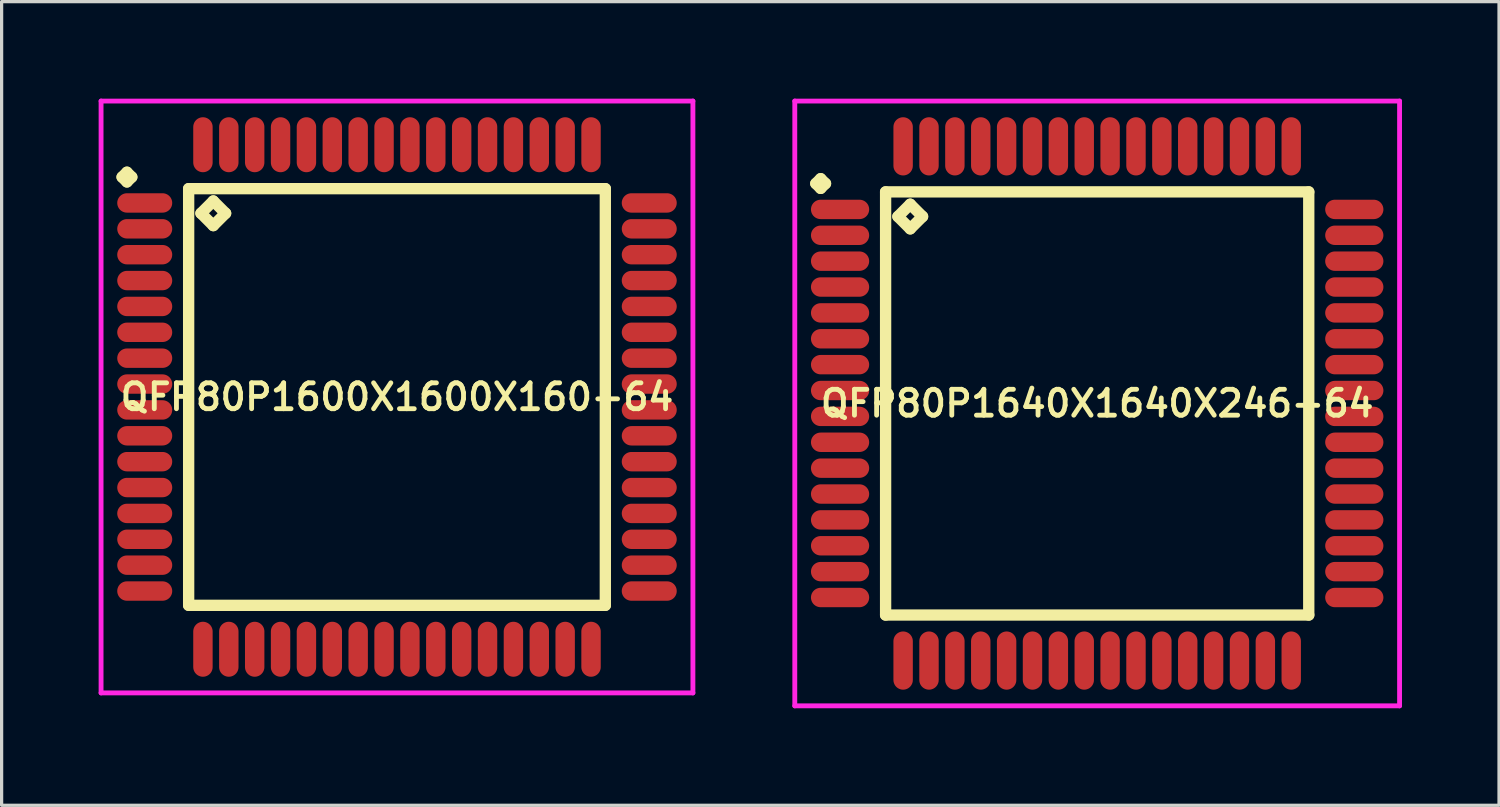
<source format=kicad_pcb>
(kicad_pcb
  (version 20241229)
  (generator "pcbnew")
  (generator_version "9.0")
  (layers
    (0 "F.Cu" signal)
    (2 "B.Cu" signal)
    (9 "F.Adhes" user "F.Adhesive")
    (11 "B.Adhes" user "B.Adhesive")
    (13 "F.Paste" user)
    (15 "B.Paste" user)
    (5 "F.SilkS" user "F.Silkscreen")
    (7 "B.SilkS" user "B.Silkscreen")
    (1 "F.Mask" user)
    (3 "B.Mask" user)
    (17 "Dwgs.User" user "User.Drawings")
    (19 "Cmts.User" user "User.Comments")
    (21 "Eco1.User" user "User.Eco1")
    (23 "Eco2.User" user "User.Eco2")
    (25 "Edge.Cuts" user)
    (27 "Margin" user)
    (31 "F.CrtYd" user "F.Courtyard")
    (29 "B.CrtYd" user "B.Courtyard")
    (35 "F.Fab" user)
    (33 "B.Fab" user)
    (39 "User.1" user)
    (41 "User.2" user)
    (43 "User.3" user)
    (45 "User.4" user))
  (footprint "QFP80P1600X1600X160-64"
    (layer "F.Cu")
    (at 9.225 9.225)
    (property "Reference" "QFP80P1600X1600X160-64" (at 0 0 0) (layer "F.SilkS") (effects (font (size 0.8 0.8) (thickness 0.15))))
    (attr smd)
    (fp_line (start -8.5 -6.8) (end -8.35 -6.95) (stroke (width 0.35) (type solid)) (layer "F.SilkS"))
    (fp_line (start -8.35 -6.95) (end -8.2 -6.8) (stroke (width 0.35) (type solid)) (layer "F.SilkS"))
    (fp_line (start -8.35 -6.65) (end -8.5 -6.8) (stroke (width 0.35) (type solid)) (layer "F.SilkS"))
    (fp_line (start -8.2 -6.8) (end -8.35 -6.65) (stroke (width 0.35) (type solid)) (layer "F.SilkS"))
    (fp_line (start -6.442 -6.442) (end -6.442 6.442) (stroke (width 0.35) (type solid)) (layer "F.SilkS"))
    (fp_line (start -6.442 6.442) (end 6.442 6.442) (stroke (width 0.35) (type solid)) (layer "F.SilkS"))
    (fp_line (start -6.061 -5.68) (end -5.68 -6.061) (stroke (width 0.35) (type solid)) (layer "F.SilkS"))
    (fp_line (start -5.68 -6.061) (end -5.299 -5.68) (stroke (width 0.35) (type solid)) (layer "F.SilkS"))
    (fp_line (start -5.68 -5.299) (end -6.061 -5.68) (stroke (width 0.35) (type solid)) (layer "F.SilkS"))
    (fp_line (start -5.299 -5.68) (end -5.68 -5.299) (stroke (width 0.35) (type solid)) (layer "F.SilkS"))
    (fp_line (start 6.442 -6.442) (end -6.442 -6.442) (stroke (width 0.35) (type solid)) (layer "F.SilkS"))
    (fp_line (start 6.442 6.442) (end 6.442 -6.442) (stroke (width 0.35) (type solid)) (layer "F.SilkS"))
    (fp_line (start -9.15 -9.15) (end 9.15 -9.15) (stroke (width 0.15) (type solid)) (layer "F.CrtYd"))
    (fp_line (start -9.15 9.15) (end -9.15 -9.15) (stroke (width 0.15) (type solid)) (layer "F.CrtYd"))
    (fp_line (start 9.15 -9.15) (end 9.15 9.15) (stroke (width 0.15) (type solid)) (layer "F.CrtYd"))
    (fp_line (start 9.15 9.15) (end -9.15 9.15) (stroke (width 0.15) (type solid)) (layer "F.CrtYd"))
    (pad "1" smd oval (at -7.8 -6) (size 1.7 0.6) (layers "F.Cu" "F.Mask" "F.Paste"))
    (pad "2" smd oval (at -7.8 -5.2) (size 1.7 0.6) (layers "F.Cu" "F.Mask" "F.Paste"))
    (pad "3" smd oval (at -7.8 -4.4) (size 1.7 0.6) (layers "F.Cu" "F.Mask" "F.Paste"))
    (pad "4" smd oval (at -7.8 -3.6) (size 1.7 0.6) (layers "F.Cu" "F.Mask" "F.Paste"))
    (pad "5" smd oval (at -7.8 -2.8) (size 1.7 0.6) (layers "F.Cu" "F.Mask" "F.Paste"))
    (pad "6" smd oval (at -7.8 -2) (size 1.7 0.6) (layers "F.Cu" "F.Mask" "F.Paste"))
    (pad "7" smd oval (at -7.8 -1.2) (size 1.7 0.6) (layers "F.Cu" "F.Mask" "F.Paste"))
    (pad "8" smd oval (at -7.8 -0.4) (size 1.7 0.6) (layers "F.Cu" "F.Mask" "F.Paste"))
    (pad "9" smd oval (at -7.8 0.4) (size 1.7 0.6) (layers "F.Cu" "F.Mask" "F.Paste"))
    (pad "10" smd oval (at -7.8 1.2) (size 1.7 0.6) (layers "F.Cu" "F.Mask" "F.Paste"))
    (pad "11" smd oval (at -7.8 2) (size 1.7 0.6) (layers "F.Cu" "F.Mask" "F.Paste"))
    (pad "12" smd oval (at -7.8 2.8) (size 1.7 0.6) (layers "F.Cu" "F.Mask" "F.Paste"))
    (pad "13" smd oval (at -7.8 3.6) (size 1.7 0.6) (layers "F.Cu" "F.Mask" "F.Paste"))
    (pad "14" smd oval (at -7.8 4.4) (size 1.7 0.6) (layers "F.Cu" "F.Mask" "F.Paste"))
    (pad "15" smd oval (at -7.8 5.2) (size 1.7 0.6) (layers "F.Cu" "F.Mask" "F.Paste"))
    (pad "16" smd oval (at -7.8 6) (size 1.7 0.6) (layers "F.Cu" "F.Mask" "F.Paste"))
    (pad "17" smd oval (at -6 7.8) (size 0.6 1.7) (layers "F.Cu" "F.Mask" "F.Paste"))
    (pad "18" smd oval (at -5.2 7.8) (size 0.6 1.7) (layers "F.Cu" "F.Mask" "F.Paste"))
    (pad "19" smd oval (at -4.4 7.8) (size 0.6 1.7) (layers "F.Cu" "F.Mask" "F.Paste"))
    (pad "20" smd oval (at -3.6 7.8) (size 0.6 1.7) (layers "F.Cu" "F.Mask" "F.Paste"))
    (pad "21" smd oval (at -2.8 7.8) (size 0.6 1.7) (layers "F.Cu" "F.Mask" "F.Paste"))
    (pad "22" smd oval (at -2 7.8) (size 0.6 1.7) (layers "F.Cu" "F.Mask" "F.Paste"))
    (pad "23" smd oval (at -1.2 7.8) (size 0.6 1.7) (layers "F.Cu" "F.Mask" "F.Paste"))
    (pad "24" smd oval (at -0.4 7.8) (size 0.6 1.7) (layers "F.Cu" "F.Mask" "F.Paste"))
    (pad "25" smd oval (at 0.4 7.8) (size 0.6 1.7) (layers "F.Cu" "F.Mask" "F.Paste"))
    (pad "26" smd oval (at 1.2 7.8) (size 0.6 1.7) (layers "F.Cu" "F.Mask" "F.Paste"))
    (pad "27" smd oval (at 2 7.8) (size 0.6 1.7) (layers "F.Cu" "F.Mask" "F.Paste"))
    (pad "28" smd oval (at 2.8 7.8) (size 0.6 1.7) (layers "F.Cu" "F.Mask" "F.Paste"))
    (pad "29" smd oval (at 3.6 7.8) (size 0.6 1.7) (layers "F.Cu" "F.Mask" "F.Paste"))
    (pad "30" smd oval (at 4.4 7.8) (size 0.6 1.7) (layers "F.Cu" "F.Mask" "F.Paste"))
    (pad "31" smd oval (at 5.2 7.8) (size 0.6 1.7) (layers "F.Cu" "F.Mask" "F.Paste"))
    (pad "32" smd oval (at 6 7.8) (size 0.6 1.7) (layers "F.Cu" "F.Mask" "F.Paste"))
    (pad "33" smd oval (at 7.8 6) (size 1.7 0.6) (layers "F.Cu" "F.Mask" "F.Paste"))
    (pad "34" smd oval (at 7.8 5.2) (size 1.7 0.6) (layers "F.Cu" "F.Mask" "F.Paste"))
    (pad "35" smd oval (at 7.8 4.4) (size 1.7 0.6) (layers "F.Cu" "F.Mask" "F.Paste"))
    (pad "36" smd oval (at 7.8 3.6) (size 1.7 0.6) (layers "F.Cu" "F.Mask" "F.Paste"))
    (pad "37" smd oval (at 7.8 2.8) (size 1.7 0.6) (layers "F.Cu" "F.Mask" "F.Paste"))
    (pad "38" smd oval (at 7.8 2) (size 1.7 0.6) (layers "F.Cu" "F.Mask" "F.Paste"))
    (pad "39" smd oval (at 7.8 1.2) (size 1.7 0.6) (layers "F.Cu" "F.Mask" "F.Paste"))
    (pad "40" smd oval (at 7.8 0.4) (size 1.7 0.6) (layers "F.Cu" "F.Mask" "F.Paste"))
    (pad "41" smd oval (at 7.8 -0.4) (size 1.7 0.6) (layers "F.Cu" "F.Mask" "F.Paste"))
    (pad "42" smd oval (at 7.8 -1.2) (size 1.7 0.6) (layers "F.Cu" "F.Mask" "F.Paste"))
    (pad "43" smd oval (at 7.8 -2) (size 1.7 0.6) (layers "F.Cu" "F.Mask" "F.Paste"))
    (pad "44" smd oval (at 7.8 -2.8) (size 1.7 0.6) (layers "F.Cu" "F.Mask" "F.Paste"))
    (pad "45" smd oval (at 7.8 -3.6) (size 1.7 0.6) (layers "F.Cu" "F.Mask" "F.Paste"))
    (pad "46" smd oval (at 7.8 -4.4) (size 1.7 0.6) (layers "F.Cu" "F.Mask" "F.Paste"))
    (pad "47" smd oval (at 7.8 -5.2) (size 1.7 0.6) (layers "F.Cu" "F.Mask" "F.Paste"))
    (pad "48" smd oval (at 7.8 -6) (size 1.7 0.6) (layers "F.Cu" "F.Mask" "F.Paste"))
    (pad "49" smd oval (at 6 -7.8) (size 0.6 1.7) (layers "F.Cu" "F.Mask" "F.Paste"))
    (pad "50" smd oval (at 5.2 -7.8) (size 0.6 1.7) (layers "F.Cu" "F.Mask" "F.Paste"))
    (pad "51" smd oval (at 4.4 -7.8) (size 0.6 1.7) (layers "F.Cu" "F.Mask" "F.Paste"))
    (pad "52" smd oval (at 3.6 -7.8) (size 0.6 1.7) (layers "F.Cu" "F.Mask" "F.Paste"))
    (pad "53" smd oval (at 2.8 -7.8) (size 0.6 1.7) (layers "F.Cu" "F.Mask" "F.Paste"))
    (pad "54" smd oval (at 2 -7.8) (size 0.6 1.7) (layers "F.Cu" "F.Mask" "F.Paste"))
    (pad "55" smd oval (at 1.2 -7.8) (size 0.6 1.7) (layers "F.Cu" "F.Mask" "F.Paste"))
    (pad "56" smd oval (at 0.4 -7.8) (size 0.6 1.7) (layers "F.Cu" "F.Mask" "F.Paste"))
    (pad "57" smd oval (at -0.4 -7.8) (size 0.6 1.7) (layers "F.Cu" "F.Mask" "F.Paste"))
    (pad "58" smd oval (at -1.2 -7.8) (size 0.6 1.7) (layers "F.Cu" "F.Mask" "F.Paste"))
    (pad "59" smd oval (at -2 -7.8) (size 0.6 1.7) (layers "F.Cu" "F.Mask" "F.Paste"))
    (pad "60" smd oval (at -2.8 -7.8) (size 0.6 1.7) (layers "F.Cu" "F.Mask" "F.Paste"))
    (pad "61" smd oval (at -3.6 -7.8) (size 0.6 1.7) (layers "F.Cu" "F.Mask" "F.Paste"))
    (pad "62" smd oval (at -4.4 -7.8) (size 0.6 1.7) (layers "F.Cu" "F.Mask" "F.Paste"))
    (pad "63" smd oval (at -5.2 -7.8) (size 0.6 1.7) (layers "F.Cu" "F.Mask" "F.Paste"))
    (pad "64" smd oval (at -6 -7.8) (size 0.6 1.7) (layers "F.Cu" "F.Mask" "F.Paste")))
  (footprint "QFP80P1640X1640X246-64"
    (layer "F.Cu")
    (at 30.875 9.425)
    (property "Reference" "QFP80P1640X1640X246-64" (at 0 0 0) (layer "F.SilkS") (effects (font (size 0.8 0.8) (thickness 0.15))))
    (attr smd)
    (fp_line (start -8.7 -6.8) (end -8.55 -6.95) (stroke (width 0.35) (type solid)) (layer "F.SilkS"))
    (fp_line (start -8.55 -6.95) (end -8.4 -6.8) (stroke (width 0.35) (type solid)) (layer "F.SilkS"))
    (fp_line (start -8.55 -6.65) (end -8.7 -6.8) (stroke (width 0.35) (type solid)) (layer "F.SilkS"))
    (fp_line (start -8.4 -6.8) (end -8.55 -6.65) (stroke (width 0.35) (type solid)) (layer "F.SilkS"))
    (fp_line (start -6.542 -6.542) (end -6.542 6.542) (stroke (width 0.35) (type solid)) (layer "F.SilkS"))
    (fp_line (start -6.542 6.542) (end 6.542 6.542) (stroke (width 0.35) (type solid)) (layer "F.SilkS"))
    (fp_line (start -6.161 -5.78) (end -5.78 -6.161) (stroke (width 0.35) (type solid)) (layer "F.SilkS"))
    (fp_line (start -5.78 -6.161) (end -5.399 -5.78) (stroke (width 0.35) (type solid)) (layer "F.SilkS"))
    (fp_line (start -5.78 -5.399) (end -6.161 -5.78) (stroke (width 0.35) (type solid)) (layer "F.SilkS"))
    (fp_line (start -5.399 -5.78) (end -5.78 -5.399) (stroke (width 0.35) (type solid)) (layer "F.SilkS"))
    (fp_line (start 6.542 -6.542) (end -6.542 -6.542) (stroke (width 0.35) (type solid)) (layer "F.SilkS"))
    (fp_line (start 6.542 6.542) (end 6.542 -6.542) (stroke (width 0.35) (type solid)) (layer "F.SilkS"))
    (fp_line (start -9.35 -9.35) (end 9.35 -9.35) (stroke (width 0.15) (type solid)) (layer "F.CrtYd"))
    (fp_line (start -9.35 9.35) (end -9.35 -9.35) (stroke (width 0.15) (type solid)) (layer "F.CrtYd"))
    (fp_line (start 9.35 -9.35) (end 9.35 9.35) (stroke (width 0.15) (type solid)) (layer "F.CrtYd"))
    (fp_line (start 9.35 9.35) (end -9.35 9.35) (stroke (width 0.15) (type solid)) (layer "F.CrtYd"))
    (pad "1" smd oval (at -7.95 -6) (size 1.8 0.6) (layers "F.Cu" "F.Mask" "F.Paste"))
    (pad "2" smd oval (at -7.95 -5.2) (size 1.8 0.6) (layers "F.Cu" "F.Mask" "F.Paste"))
    (pad "3" smd oval (at -7.95 -4.4) (size 1.8 0.6) (layers "F.Cu" "F.Mask" "F.Paste"))
    (pad "4" smd oval (at -7.95 -3.6) (size 1.8 0.6) (layers "F.Cu" "F.Mask" "F.Paste"))
    (pad "5" smd oval (at -7.95 -2.8) (size 1.8 0.6) (layers "F.Cu" "F.Mask" "F.Paste"))
    (pad "6" smd oval (at -7.95 -2) (size 1.8 0.6) (layers "F.Cu" "F.Mask" "F.Paste"))
    (pad "7" smd oval (at -7.95 -1.2) (size 1.8 0.6) (layers "F.Cu" "F.Mask" "F.Paste"))
    (pad "8" smd oval (at -7.95 -0.4) (size 1.8 0.6) (layers "F.Cu" "F.Mask" "F.Paste"))
    (pad "9" smd oval (at -7.95 0.4) (size 1.8 0.6) (layers "F.Cu" "F.Mask" "F.Paste"))
    (pad "10" smd oval (at -7.95 1.2) (size 1.8 0.6) (layers "F.Cu" "F.Mask" "F.Paste"))
    (pad "11" smd oval (at -7.95 2) (size 1.8 0.6) (layers "F.Cu" "F.Mask" "F.Paste"))
    (pad "12" smd oval (at -7.95 2.8) (size 1.8 0.6) (layers "F.Cu" "F.Mask" "F.Paste"))
    (pad "13" smd oval (at -7.95 3.6) (size 1.8 0.6) (layers "F.Cu" "F.Mask" "F.Paste"))
    (pad "14" smd oval (at -7.95 4.4) (size 1.8 0.6) (layers "F.Cu" "F.Mask" "F.Paste"))
    (pad "15" smd oval (at -7.95 5.2) (size 1.8 0.6) (layers "F.Cu" "F.Mask" "F.Paste"))
    (pad "16" smd oval (at -7.95 6) (size 1.8 0.6) (layers "F.Cu" "F.Mask" "F.Paste"))
    (pad "17" smd oval (at -6 7.95) (size 0.6 1.8) (layers "F.Cu" "F.Mask" "F.Paste"))
    (pad "18" smd oval (at -5.2 7.95) (size 0.6 1.8) (layers "F.Cu" "F.Mask" "F.Paste"))
    (pad "19" smd oval (at -4.4 7.95) (size 0.6 1.8) (layers "F.Cu" "F.Mask" "F.Paste"))
    (pad "20" smd oval (at -3.6 7.95) (size 0.6 1.8) (layers "F.Cu" "F.Mask" "F.Paste"))
    (pad "21" smd oval (at -2.8 7.95) (size 0.6 1.8) (layers "F.Cu" "F.Mask" "F.Paste"))
    (pad "22" smd oval (at -2 7.95) (size 0.6 1.8) (layers "F.Cu" "F.Mask" "F.Paste"))
    (pad "23" smd oval (at -1.2 7.95) (size 0.6 1.8) (layers "F.Cu" "F.Mask" "F.Paste"))
    (pad "24" smd oval (at -0.4 7.95) (size 0.6 1.8) (layers "F.Cu" "F.Mask" "F.Paste"))
    (pad "25" smd oval (at 0.4 7.95) (size 0.6 1.8) (layers "F.Cu" "F.Mask" "F.Paste"))
    (pad "26" smd oval (at 1.2 7.95) (size 0.6 1.8) (layers "F.Cu" "F.Mask" "F.Paste"))
    (pad "27" smd oval (at 2 7.95) (size 0.6 1.8) (layers "F.Cu" "F.Mask" "F.Paste"))
    (pad "28" smd oval (at 2.8 7.95) (size 0.6 1.8) (layers "F.Cu" "F.Mask" "F.Paste"))
    (pad "29" smd oval (at 3.6 7.95) (size 0.6 1.8) (layers "F.Cu" "F.Mask" "F.Paste"))
    (pad "30" smd oval (at 4.4 7.95) (size 0.6 1.8) (layers "F.Cu" "F.Mask" "F.Paste"))
    (pad "31" smd oval (at 5.2 7.95) (size 0.6 1.8) (layers "F.Cu" "F.Mask" "F.Paste"))
    (pad "32" smd oval (at 6 7.95) (size 0.6 1.8) (layers "F.Cu" "F.Mask" "F.Paste"))
    (pad "33" smd oval (at 7.95 6) (size 1.8 0.6) (layers "F.Cu" "F.Mask" "F.Paste"))
    (pad "34" smd oval (at 7.95 5.2) (size 1.8 0.6) (layers "F.Cu" "F.Mask" "F.Paste"))
    (pad "35" smd oval (at 7.95 4.4) (size 1.8 0.6) (layers "F.Cu" "F.Mask" "F.Paste"))
    (pad "36" smd oval (at 7.95 3.6) (size 1.8 0.6) (layers "F.Cu" "F.Mask" "F.Paste"))
    (pad "37" smd oval (at 7.95 2.8) (size 1.8 0.6) (layers "F.Cu" "F.Mask" "F.Paste"))
    (pad "38" smd oval (at 7.95 2) (size 1.8 0.6) (layers "F.Cu" "F.Mask" "F.Paste"))
    (pad "39" smd oval (at 7.95 1.2) (size 1.8 0.6) (layers "F.Cu" "F.Mask" "F.Paste"))
    (pad "40" smd oval (at 7.95 0.4) (size 1.8 0.6) (layers "F.Cu" "F.Mask" "F.Paste"))
    (pad "41" smd oval (at 7.95 -0.4) (size 1.8 0.6) (layers "F.Cu" "F.Mask" "F.Paste"))
    (pad "42" smd oval (at 7.95 -1.2) (size 1.8 0.6) (layers "F.Cu" "F.Mask" "F.Paste"))
    (pad "43" smd oval (at 7.95 -2) (size 1.8 0.6) (layers "F.Cu" "F.Mask" "F.Paste"))
    (pad "44" smd oval (at 7.95 -2.8) (size 1.8 0.6) (layers "F.Cu" "F.Mask" "F.Paste"))
    (pad "45" smd oval (at 7.95 -3.6) (size 1.8 0.6) (layers "F.Cu" "F.Mask" "F.Paste"))
    (pad "46" smd oval (at 7.95 -4.4) (size 1.8 0.6) (layers "F.Cu" "F.Mask" "F.Paste"))
    (pad "47" smd oval (at 7.95 -5.2) (size 1.8 0.6) (layers "F.Cu" "F.Mask" "F.Paste"))
    (pad "48" smd oval (at 7.95 -6) (size 1.8 0.6) (layers "F.Cu" "F.Mask" "F.Paste"))
    (pad "49" smd oval (at 6 -7.95) (size 0.6 1.8) (layers "F.Cu" "F.Mask" "F.Paste"))
    (pad "50" smd oval (at 5.2 -7.95) (size 0.6 1.8) (layers "F.Cu" "F.Mask" "F.Paste"))
    (pad "51" smd oval (at 4.4 -7.95) (size 0.6 1.8) (layers "F.Cu" "F.Mask" "F.Paste"))
    (pad "52" smd oval (at 3.6 -7.95) (size 0.6 1.8) (layers "F.Cu" "F.Mask" "F.Paste"))
    (pad "53" smd oval (at 2.8 -7.95) (size 0.6 1.8) (layers "F.Cu" "F.Mask" "F.Paste"))
    (pad "54" smd oval (at 2 -7.95) (size 0.6 1.8) (layers "F.Cu" "F.Mask" "F.Paste"))
    (pad "55" smd oval (at 1.2 -7.95) (size 0.6 1.8) (layers "F.Cu" "F.Mask" "F.Paste"))
    (pad "56" smd oval (at 0.4 -7.95) (size 0.6 1.8) (layers "F.Cu" "F.Mask" "F.Paste"))
    (pad "57" smd oval (at -0.4 -7.95) (size 0.6 1.8) (layers "F.Cu" "F.Mask" "F.Paste"))
    (pad "58" smd oval (at -1.2 -7.95) (size 0.6 1.8) (layers "F.Cu" "F.Mask" "F.Paste"))
    (pad "59" smd oval (at -2 -7.95) (size 0.6 1.8) (layers "F.Cu" "F.Mask" "F.Paste"))
    (pad "60" smd oval (at -2.8 -7.95) (size 0.6 1.8) (layers "F.Cu" "F.Mask" "F.Paste"))
    (pad "61" smd oval (at -3.6 -7.95) (size 0.6 1.8) (layers "F.Cu" "F.Mask" "F.Paste"))
    (pad "62" smd oval (at -4.4 -7.95) (size 0.6 1.8) (layers "F.Cu" "F.Mask" "F.Paste"))
    (pad "63" smd oval (at -5.2 -7.95) (size 0.6 1.8) (layers "F.Cu" "F.Mask" "F.Paste"))
    (pad "64" smd oval (at -6 -7.95) (size 0.6 1.8) (layers "F.Cu" "F.Mask" "F.Paste")))
  (gr_rect
    (start -3 -3)
    (end 43.3 21.85)
    (stroke (width 0.1) (type default))
    (fill no)
    (layer "Edge.Cuts")))
</source>
